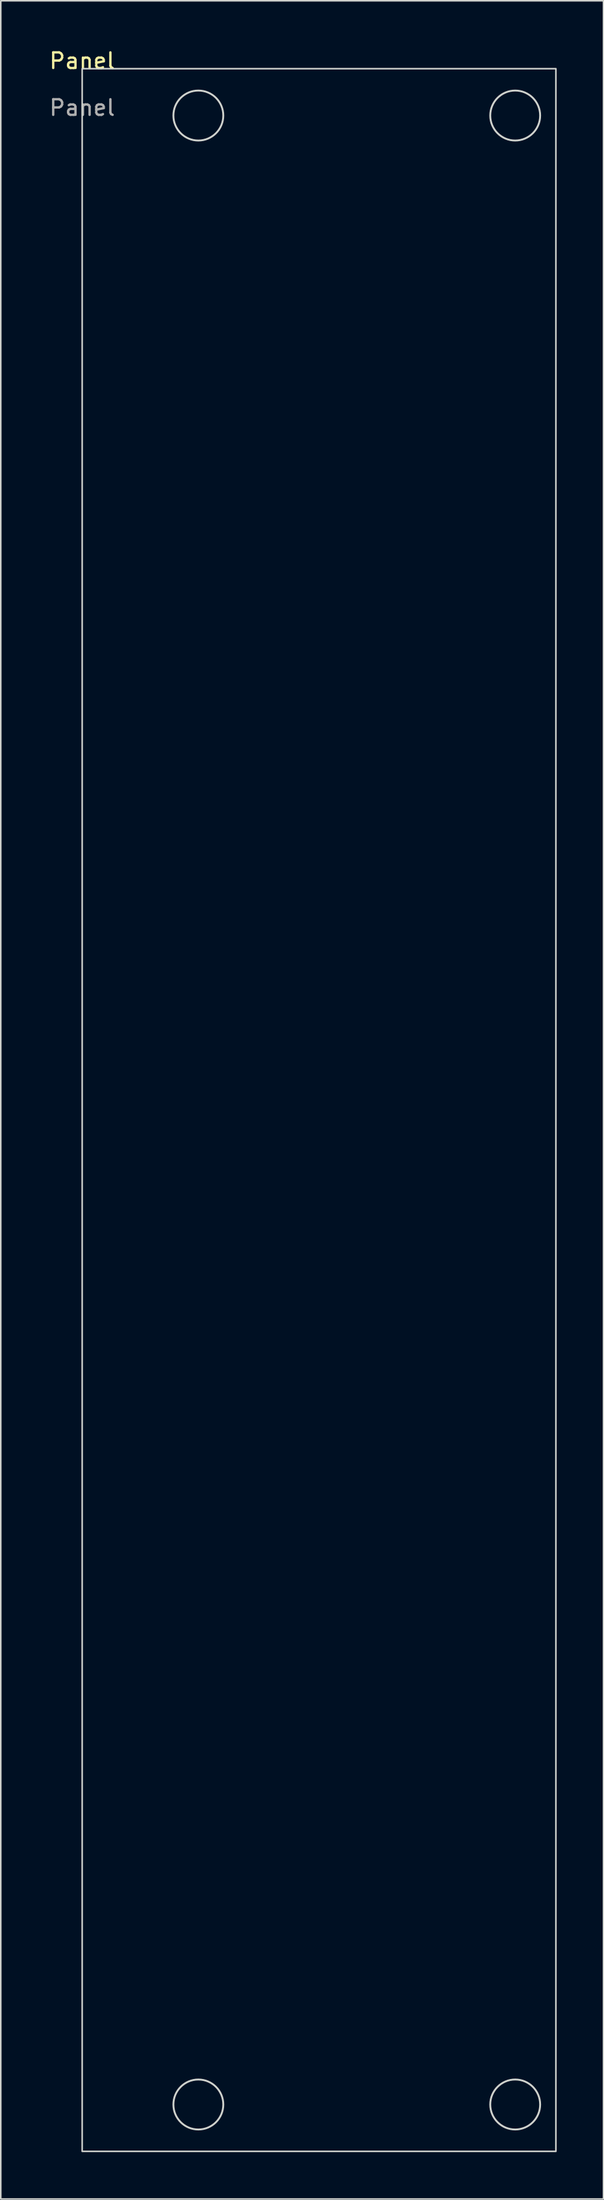
<source format=kicad_pcb>
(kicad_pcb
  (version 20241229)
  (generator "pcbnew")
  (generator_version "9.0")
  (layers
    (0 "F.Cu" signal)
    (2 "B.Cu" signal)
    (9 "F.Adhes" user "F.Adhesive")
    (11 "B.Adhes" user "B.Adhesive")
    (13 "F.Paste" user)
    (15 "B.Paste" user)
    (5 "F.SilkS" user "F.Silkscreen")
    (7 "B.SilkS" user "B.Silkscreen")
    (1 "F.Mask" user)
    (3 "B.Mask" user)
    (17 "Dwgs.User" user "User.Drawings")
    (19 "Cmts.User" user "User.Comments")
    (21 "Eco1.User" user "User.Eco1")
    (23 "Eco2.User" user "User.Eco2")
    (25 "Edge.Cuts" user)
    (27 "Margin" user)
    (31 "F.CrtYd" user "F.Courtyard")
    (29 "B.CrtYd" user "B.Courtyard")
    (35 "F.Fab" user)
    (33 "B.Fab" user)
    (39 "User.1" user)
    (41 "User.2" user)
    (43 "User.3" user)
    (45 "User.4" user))
  (footprint "Panel"
    (layer "F.Cu")
    (at 2.22 1.348)
    (property "Reference" "Panel" (at 0 -0.5 0) (unlocked yes) (layer "F.SilkS") (effects (font (size 1 1) (thickness 0.15))))
    (fp_rect (start 0 0) (end 30.38 133.35) (stroke (width 0.1) (type solid)) (fill no) (layer "Edge.Cuts"))
    (fp_circle (center 7.45 3) (end 9.05 3) (stroke (width 0.12) (type solid)) (fill no) (layer "Edge.Cuts"))
    (fp_circle (center 7.45 130.35) (end 9.05 130.35) (stroke (width 0.12) (type solid)) (fill no) (layer "Edge.Cuts"))
    (fp_circle (center 27.77 3) (end 29.37 3) (stroke (width 0.12) (type solid)) (fill no) (layer "Edge.Cuts"))
    (fp_circle (center 27.77 130.35) (end 29.37 130.35) (stroke (width 0.12) (type solid)) (fill no) (layer "Edge.Cuts"))
    (fp_text user "${REFERENCE}" (at 0 2.5 0) (unlocked yes) (layer "F.Fab") (effects (font (size 1 1) (thickness 0.15)))))
  (gr_rect
    (start -3 -3)
    (end 35.65 137.748)
    (stroke (width 0.1) (type default))
    (fill no)
    (layer "Edge.Cuts")))
</source>
